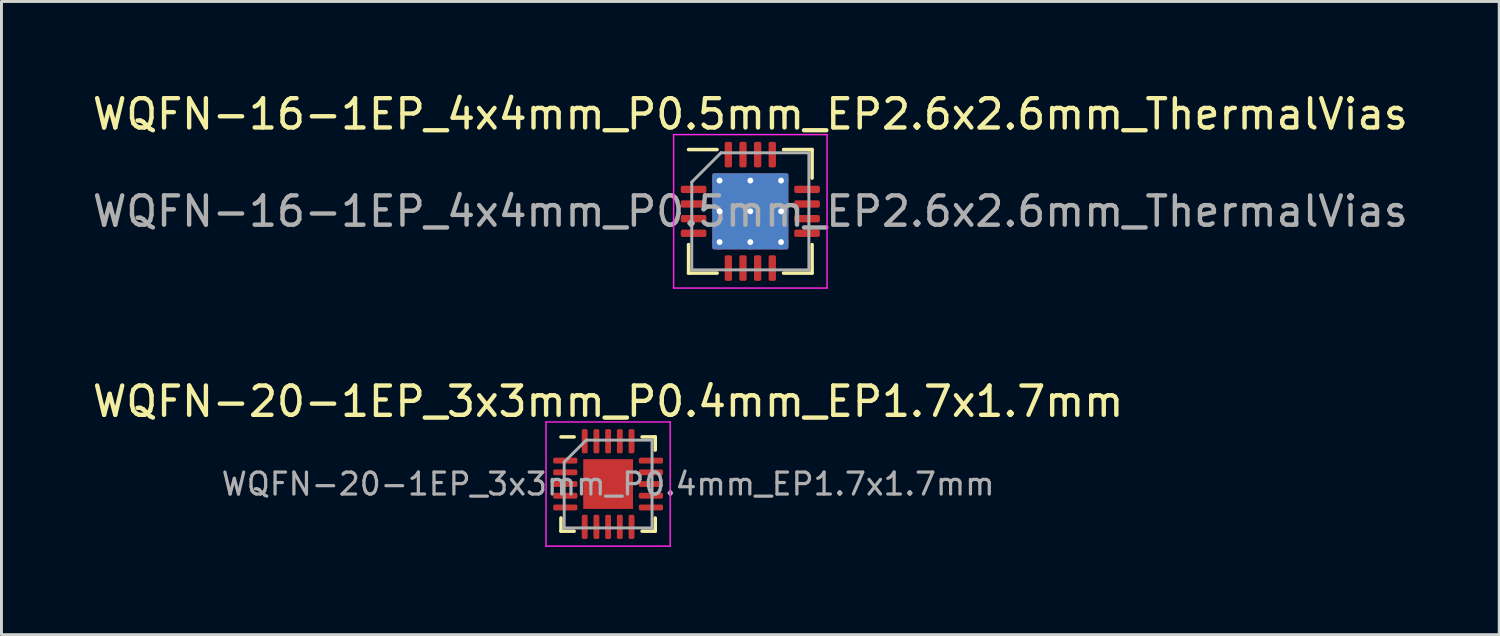
<source format=kicad_pcb>
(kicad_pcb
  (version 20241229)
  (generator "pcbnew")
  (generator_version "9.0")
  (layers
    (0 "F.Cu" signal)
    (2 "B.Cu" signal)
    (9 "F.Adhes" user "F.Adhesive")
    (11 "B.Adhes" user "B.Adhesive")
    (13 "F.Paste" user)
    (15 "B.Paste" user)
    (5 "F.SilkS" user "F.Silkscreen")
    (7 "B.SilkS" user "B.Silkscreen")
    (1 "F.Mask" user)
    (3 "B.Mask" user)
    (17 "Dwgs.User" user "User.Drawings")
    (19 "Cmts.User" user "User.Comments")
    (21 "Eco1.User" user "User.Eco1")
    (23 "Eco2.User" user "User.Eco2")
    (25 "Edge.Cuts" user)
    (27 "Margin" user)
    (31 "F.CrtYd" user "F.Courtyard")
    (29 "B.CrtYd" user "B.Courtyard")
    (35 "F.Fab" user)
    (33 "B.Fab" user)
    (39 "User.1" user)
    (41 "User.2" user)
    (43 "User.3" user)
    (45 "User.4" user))
  (footprint "WQFN-20-1EP_3x3mm_P0.4mm_EP1.7x1.7mm"
    (layer "F.Cu")
    (at 17.72 13.482)
    (property "Reference" "WQFN-20-1EP_3x3mm_P0.4mm_EP1.7x1.7mm" (at 0 -2.82 0) (layer "F.SilkS") (effects (font (size 1 1) (thickness 0.15))))
    (attr smd)
    (fp_line (start -1.61 1.61) (end -1.61 1.16) (stroke (width 0.12) (type solid)) (layer "F.SilkS"))
    (fp_line (start -1.16 -1.61) (end -1.61 -1.61) (stroke (width 0.12) (type solid)) (layer "F.SilkS"))
    (fp_line (start -1.16 1.61) (end -1.61 1.61) (stroke (width 0.12) (type solid)) (layer "F.SilkS"))
    (fp_line (start 1.16 -1.61) (end 1.61 -1.61) (stroke (width 0.12) (type solid)) (layer "F.SilkS"))
    (fp_line (start 1.16 1.61) (end 1.61 1.61) (stroke (width 0.12) (type solid)) (layer "F.SilkS"))
    (fp_line (start 1.61 -1.61) (end 1.61 -1.16) (stroke (width 0.12) (type solid)) (layer "F.SilkS"))
    (fp_line (start 1.61 1.61) (end 1.61 1.16) (stroke (width 0.12) (type solid)) (layer "F.SilkS"))
    (fp_line (start -2.12 -2.12) (end -2.12 2.12) (stroke (width 0.05) (type solid)) (layer "F.CrtYd"))
    (fp_line (start -2.12 2.12) (end 2.12 2.12) (stroke (width 0.05) (type solid)) (layer "F.CrtYd"))
    (fp_line (start 2.12 -2.12) (end -2.12 -2.12) (stroke (width 0.05) (type solid)) (layer "F.CrtYd"))
    (fp_line (start 2.12 2.12) (end 2.12 -2.12) (stroke (width 0.05) (type solid)) (layer "F.CrtYd"))
    (fp_line (start -1.5 -0.75) (end -0.75 -1.5) (stroke (width 0.1) (type solid)) (layer "F.Fab"))
    (fp_line (start -1.5 1.5) (end -1.5 -0.75) (stroke (width 0.1) (type solid)) (layer "F.Fab"))
    (fp_line (start -0.75 -1.5) (end 1.5 -1.5) (stroke (width 0.1) (type solid)) (layer "F.Fab"))
    (fp_line (start 1.5 -1.5) (end 1.5 1.5) (stroke (width 0.1) (type solid)) (layer "F.Fab"))
    (fp_line (start 1.5 1.5) (end -1.5 1.5) (stroke (width 0.1) (type solid)) (layer "F.Fab"))
    (fp_text user "${REFERENCE}" (at 0 0 0) (layer "F.Fab") (effects (font (size 0.75 0.75) (thickness 0.11))))
    (pad "" smd roundrect (at -0.425 -0.425) (size 0.69 0.69) (layers "F.Paste") (roundrect_rratio 0.25))
    (pad "" smd roundrect (at -0.425 0.425) (size 0.69 0.69) (layers "F.Paste") (roundrect_rratio 0.25))
    (pad "" smd roundrect (at 0.425 -0.425) (size 0.69 0.69) (layers "F.Paste") (roundrect_rratio 0.25))
    (pad "" smd roundrect (at 0.425 0.425) (size 0.69 0.69) (layers "F.Paste") (roundrect_rratio 0.25))
    (pad "1" smd roundrect (at -1.462 -0.8) (size 0.825 0.2) (layers "F.Cu" "F.Mask" "F.Paste") (roundrect_rratio 0.25))
    (pad "2" smd roundrect (at -1.462 -0.4) (size 0.825 0.2) (layers "F.Cu" "F.Mask" "F.Paste") (roundrect_rratio 0.25))
    (pad "3" smd roundrect (at -1.462 0) (size 0.825 0.2) (layers "F.Cu" "F.Mask" "F.Paste") (roundrect_rratio 0.25))
    (pad "4" smd roundrect (at -1.462 0.4) (size 0.825 0.2) (layers "F.Cu" "F.Mask" "F.Paste") (roundrect_rratio 0.25))
    (pad "5" smd roundrect (at -1.462 0.8) (size 0.825 0.2) (layers "F.Cu" "F.Mask" "F.Paste") (roundrect_rratio 0.25))
    (pad "6" smd roundrect (at -0.8 1.462) (size 0.2 0.825) (layers "F.Cu" "F.Mask" "F.Paste") (roundrect_rratio 0.25))
    (pad "7" smd roundrect (at -0.4 1.462) (size 0.2 0.825) (layers "F.Cu" "F.Mask" "F.Paste") (roundrect_rratio 0.25))
    (pad "8" smd roundrect (at 0 1.462) (size 0.2 0.825) (layers "F.Cu" "F.Mask" "F.Paste") (roundrect_rratio 0.25))
    (pad "9" smd roundrect (at 0.4 1.462) (size 0.2 0.825) (layers "F.Cu" "F.Mask" "F.Paste") (roundrect_rratio 0.25))
    (pad "10" smd roundrect (at 0.8 1.462) (size 0.2 0.825) (layers "F.Cu" "F.Mask" "F.Paste") (roundrect_rratio 0.25))
    (pad "11" smd roundrect (at 1.462 0.8) (size 0.825 0.2) (layers "F.Cu" "F.Mask" "F.Paste") (roundrect_rratio 0.25))
    (pad "12" smd roundrect (at 1.462 0.4) (size 0.825 0.2) (layers "F.Cu" "F.Mask" "F.Paste") (roundrect_rratio 0.25))
    (pad "13" smd roundrect (at 1.462 0) (size 0.825 0.2) (layers "F.Cu" "F.Mask" "F.Paste") (roundrect_rratio 0.25))
    (pad "14" smd roundrect (at 1.462 -0.4) (size 0.825 0.2) (layers "F.Cu" "F.Mask" "F.Paste") (roundrect_rratio 0.25))
    (pad "15" smd roundrect (at 1.462 -0.8) (size 0.825 0.2) (layers "F.Cu" "F.Mask" "F.Paste") (roundrect_rratio 0.25))
    (pad "16" smd roundrect (at 0.8 -1.462) (size 0.2 0.825) (layers "F.Cu" "F.Mask" "F.Paste") (roundrect_rratio 0.25))
    (pad "17" smd roundrect (at 0.4 -1.462) (size 0.2 0.825) (layers "F.Cu" "F.Mask" "F.Paste") (roundrect_rratio 0.25))
    (pad "18" smd roundrect (at 0 -1.462) (size 0.2 0.825) (layers "F.Cu" "F.Mask" "F.Paste") (roundrect_rratio 0.25))
    (pad "19" smd roundrect (at -0.4 -1.462) (size 0.2 0.825) (layers "F.Cu" "F.Mask" "F.Paste") (roundrect_rratio 0.25))
    (pad "20" smd roundrect (at -0.8 -1.462) (size 0.2 0.825) (layers "F.Cu" "F.Mask" "F.Paste") (roundrect_rratio 0.25))
    (pad "21" smd rect (at 0 0) (size 1.7 1.7) (layers "F.Cu" "F.Mask")))
  (footprint "WQFN-16-1EP_4x4mm_P0.5mm_EP2.6x2.6mm_ThermalVias"
    (layer "F.Cu")
    (at 22.577 4.168)
    (property "Reference" "WQFN-16-1EP_4x4mm_P0.5mm_EP2.6x2.6mm_ThermalVias" (at 0 -3.32 0) (layer "F.SilkS") (effects (font (size 1 1) (thickness 0.15))))
    (attr smd)
    (fp_line (start -2.11 2.11) (end -2.11 1.135) (stroke (width 0.12) (type solid)) (layer "F.SilkS"))
    (fp_line (start -1.135 -2.11) (end -2.11 -2.11) (stroke (width 0.12) (type solid)) (layer "F.SilkS"))
    (fp_line (start -1.135 2.11) (end -2.11 2.11) (stroke (width 0.12) (type solid)) (layer "F.SilkS"))
    (fp_line (start 1.135 -2.11) (end 2.11 -2.11) (stroke (width 0.12) (type solid)) (layer "F.SilkS"))
    (fp_line (start 1.135 2.11) (end 2.11 2.11) (stroke (width 0.12) (type solid)) (layer "F.SilkS"))
    (fp_line (start 2.11 -2.11) (end 2.11 -1.135) (stroke (width 0.12) (type solid)) (layer "F.SilkS"))
    (fp_line (start 2.11 2.11) (end 2.11 1.135) (stroke (width 0.12) (type solid)) (layer "F.SilkS"))
    (fp_line (start -2.62 -2.62) (end -2.62 2.62) (stroke (width 0.05) (type solid)) (layer "F.CrtYd"))
    (fp_line (start -2.62 2.62) (end 2.62 2.62) (stroke (width 0.05) (type solid)) (layer "F.CrtYd"))
    (fp_line (start 2.62 -2.62) (end -2.62 -2.62) (stroke (width 0.05) (type solid)) (layer "F.CrtYd"))
    (fp_line (start 2.62 2.62) (end 2.62 -2.62) (stroke (width 0.05) (type solid)) (layer "F.CrtYd"))
    (fp_line (start -2 -1) (end -1 -2) (stroke (width 0.1) (type solid)) (layer "F.Fab"))
    (fp_line (start -2 2) (end -2 -1) (stroke (width 0.1) (type solid)) (layer "F.Fab"))
    (fp_line (start -1 -2) (end 2 -2) (stroke (width 0.1) (type solid)) (layer "F.Fab"))
    (fp_line (start 2 -2) (end 2 2) (stroke (width 0.1) (type solid)) (layer "F.Fab"))
    (fp_line (start 2 2) (end -2 2) (stroke (width 0.1) (type solid)) (layer "F.Fab"))
    (fp_text user "${REFERENCE}" (at 0 0 0) (layer "F.Fab") (effects (font (size 1 1) (thickness 0.15))))
    (pad "" smd roundrect (at -0.65 -0.65) (size 1.13 1.13) (layers "F.Paste") (roundrect_rratio 0.221))
    (pad "" smd roundrect (at -0.65 0.65) (size 1.13 1.13) (layers "F.Paste") (roundrect_rratio 0.221))
    (pad "" smd roundrect (at 0.65 -0.65) (size 1.13 1.13) (layers "F.Paste") (roundrect_rratio 0.221))
    (pad "" smd roundrect (at 0.65 0.65) (size 1.13 1.13) (layers "F.Paste") (roundrect_rratio 0.221))
    (pad "1" smd roundrect (at -1.938 -0.75) (size 0.875 0.25) (layers "F.Cu" "F.Mask" "F.Paste") (roundrect_rratio 0.25))
    (pad "2" smd roundrect (at -1.938 -0.25) (size 0.875 0.25) (layers "F.Cu" "F.Mask" "F.Paste") (roundrect_rratio 0.25))
    (pad "3" smd roundrect (at -1.938 0.25) (size 0.875 0.25) (layers "F.Cu" "F.Mask" "F.Paste") (roundrect_rratio 0.25))
    (pad "4" smd roundrect (at -1.938 0.75) (size 0.875 0.25) (layers "F.Cu" "F.Mask" "F.Paste") (roundrect_rratio 0.25))
    (pad "5" smd roundrect (at -0.75 1.938) (size 0.25 0.875) (layers "F.Cu" "F.Mask" "F.Paste") (roundrect_rratio 0.25))
    (pad "6" smd roundrect (at -0.25 1.938) (size 0.25 0.875) (layers "F.Cu" "F.Mask" "F.Paste") (roundrect_rratio 0.25))
    (pad "7" smd roundrect (at 0.25 1.938) (size 0.25 0.875) (layers "F.Cu" "F.Mask" "F.Paste") (roundrect_rratio 0.25))
    (pad "8" smd roundrect (at 0.75 1.938) (size 0.25 0.875) (layers "F.Cu" "F.Mask" "F.Paste") (roundrect_rratio 0.25))
    (pad "9" smd roundrect (at 1.938 0.75) (size 0.875 0.25) (layers "F.Cu" "F.Mask" "F.Paste") (roundrect_rratio 0.25))
    (pad "10" smd roundrect (at 1.938 0.25) (size 0.875 0.25) (layers "F.Cu" "F.Mask" "F.Paste") (roundrect_rratio 0.25))
    (pad "11" smd roundrect (at 1.938 -0.25) (size 0.875 0.25) (layers "F.Cu" "F.Mask" "F.Paste") (roundrect_rratio 0.25))
    (pad "12" smd roundrect (at 1.938 -0.75) (size 0.875 0.25) (layers "F.Cu" "F.Mask" "F.Paste") (roundrect_rratio 0.25))
    (pad "13" smd roundrect (at 0.75 -1.938) (size 0.25 0.875) (layers "F.Cu" "F.Mask" "F.Paste") (roundrect_rratio 0.25))
    (pad "14" smd roundrect (at 0.25 -1.938) (size 0.25 0.875) (layers "F.Cu" "F.Mask" "F.Paste") (roundrect_rratio 0.25))
    (pad "15" smd roundrect (at -0.25 -1.938) (size 0.25 0.875) (layers "F.Cu" "F.Mask" "F.Paste") (roundrect_rratio 0.25))
    (pad "16" smd roundrect (at -0.75 -1.938) (size 0.25 0.875) (layers "F.Cu" "F.Mask" "F.Paste") (roundrect_rratio 0.25))
    (pad "17" thru_hole circle (at -1.05 -1.05) (size 0.5 0.5) (drill 0.2) (layers "*.Cu"))
    (pad "17" thru_hole circle (at -1.05 0) (size 0.5 0.5) (drill 0.2) (layers "*.Cu"))
    (pad "17" thru_hole circle (at -1.05 1.05) (size 0.5 0.5) (drill 0.2) (layers "*.Cu"))
    (pad "17" thru_hole circle (at 0 -1.05) (size 0.5 0.5) (drill 0.2) (layers "*.Cu"))
    (pad "17" thru_hole circle (at 0 0) (size 0.5 0.5) (drill 0.2) (layers "*.Cu"))
    (pad "17" smd roundrect (at 0 0) (size 2.6 2.6) (layers "F.Cu" "F.Mask") (roundrect_rratio 0.024))
    (pad "17" smd roundrect (at 0 0) (size 2.6 2.6) (layers "B.Cu") (roundrect_rratio 0.024))
    (pad "17" thru_hole circle (at 0 1.05) (size 0.5 0.5) (drill 0.2) (layers "*.Cu"))
    (pad "17" thru_hole circle (at 1.05 -1.05) (size 0.5 0.5) (drill 0.2) (layers "*.Cu"))
    (pad "17" thru_hole circle (at 1.05 0) (size 0.5 0.5) (drill 0.2) (layers "*.Cu"))
    (pad "17" thru_hole circle (at 1.05 1.05) (size 0.5 0.5) (drill 0.2) (layers "*.Cu")))
  (gr_rect
    (start -3 -3)
    (end 48.155 18.627)
    (stroke (width 0.1) (type default))
    (fill no)
    (layer "Edge.Cuts")))
</source>
